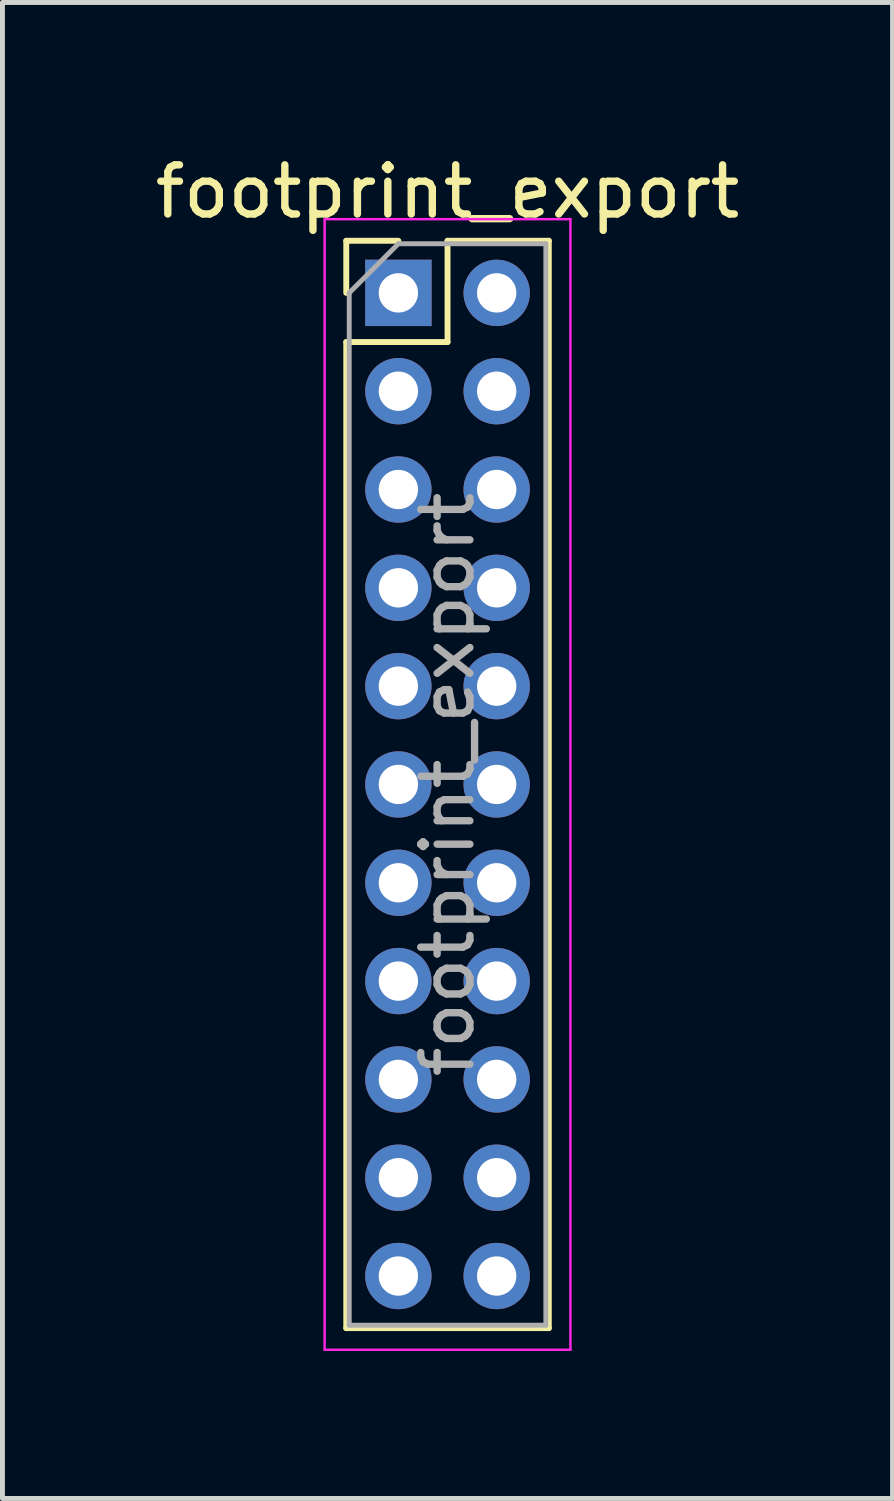
<source format=kicad_pcb>
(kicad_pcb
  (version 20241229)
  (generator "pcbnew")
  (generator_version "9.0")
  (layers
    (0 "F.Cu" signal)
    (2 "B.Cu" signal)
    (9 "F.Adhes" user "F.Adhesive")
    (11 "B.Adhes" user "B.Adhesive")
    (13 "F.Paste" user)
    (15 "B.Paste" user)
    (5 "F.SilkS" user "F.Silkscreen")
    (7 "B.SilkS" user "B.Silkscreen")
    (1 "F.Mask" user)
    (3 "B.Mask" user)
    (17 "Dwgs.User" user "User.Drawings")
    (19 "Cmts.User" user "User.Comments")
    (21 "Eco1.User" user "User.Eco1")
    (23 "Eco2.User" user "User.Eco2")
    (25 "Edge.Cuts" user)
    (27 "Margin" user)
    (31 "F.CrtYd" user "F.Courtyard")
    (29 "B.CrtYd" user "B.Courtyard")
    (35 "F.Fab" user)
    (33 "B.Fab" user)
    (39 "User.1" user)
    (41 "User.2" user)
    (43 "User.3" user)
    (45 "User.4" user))
  (footprint "footprint_export"
    (layer "F.Cu")
    (at 5.054 2.908)
    (property "Reference" "footprint_export" (at 1 -2.06 0) (layer "F.SilkS") (effects (font (size 1 1) (thickness 0.15))))
    (attr through_hole)
    (fp_line (start -1.06 -1.06) (end 0 -1.06) (stroke (width 0.12) (type solid)) (layer "F.SilkS"))
    (fp_line (start -1.06 0) (end -1.06 -1.06) (stroke (width 0.12) (type solid)) (layer "F.SilkS"))
    (fp_line (start -1.06 1) (end -1.06 21.06) (stroke (width 0.12) (type solid)) (layer "F.SilkS"))
    (fp_line (start -1.06 1) (end 1 1) (stroke (width 0.12) (type solid)) (layer "F.SilkS"))
    (fp_line (start -1.06 21.06) (end 3.06 21.06) (stroke (width 0.12) (type solid)) (layer "F.SilkS"))
    (fp_line (start 1 -1.06) (end 3.06 -1.06) (stroke (width 0.12) (type solid)) (layer "F.SilkS"))
    (fp_line (start 1 1) (end 1 -1.06) (stroke (width 0.12) (type solid)) (layer "F.SilkS"))
    (fp_line (start 3.06 -1.06) (end 3.06 21.06) (stroke (width 0.12) (type solid)) (layer "F.SilkS"))
    (fp_line (start -1.5 -1.5) (end -1.5 21.5) (stroke (width 0.05) (type solid)) (layer "F.CrtYd"))
    (fp_line (start -1.5 21.5) (end 3.5 21.5) (stroke (width 0.05) (type solid)) (layer "F.CrtYd"))
    (fp_line (start 3.5 -1.5) (end -1.5 -1.5) (stroke (width 0.05) (type solid)) (layer "F.CrtYd"))
    (fp_line (start 3.5 21.5) (end 3.5 -1.5) (stroke (width 0.05) (type solid)) (layer "F.CrtYd"))
    (fp_line (start -1 0) (end 0 -1) (stroke (width 0.1) (type solid)) (layer "F.Fab"))
    (fp_line (start -1 21) (end -1 0) (stroke (width 0.1) (type solid)) (layer "F.Fab"))
    (fp_line (start 0 -1) (end 3 -1) (stroke (width 0.1) (type solid)) (layer "F.Fab"))
    (fp_line (start 3 -1) (end 3 21) (stroke (width 0.1) (type solid)) (layer "F.Fab"))
    (fp_line (start 3 21) (end -1 21) (stroke (width 0.1) (type solid)) (layer "F.Fab"))
    (fp_text user "${REFERENCE}" (at 1 10 90) (layer "F.Fab") (effects (font (size 1 1) (thickness 0.15))))
    (pad "1" thru_hole rect (at 0 0) (size 1.35 1.35) (drill 0.8) (layers "*.Cu" "*.Mask"))
    (pad "2" thru_hole oval (at 2 0) (size 1.35 1.35) (drill 0.8) (layers "*.Cu" "*.Mask"))
    (pad "3" thru_hole oval (at 0 2) (size 1.35 1.35) (drill 0.8) (layers "*.Cu" "*.Mask"))
    (pad "4" thru_hole oval (at 2 2) (size 1.35 1.35) (drill 0.8) (layers "*.Cu" "*.Mask"))
    (pad "5" thru_hole oval (at 0 4) (size 1.35 1.35) (drill 0.8) (layers "*.Cu" "*.Mask"))
    (pad "6" thru_hole oval (at 2 4) (size 1.35 1.35) (drill 0.8) (layers "*.Cu" "*.Mask"))
    (pad "7" thru_hole oval (at 0 6) (size 1.35 1.35) (drill 0.8) (layers "*.Cu" "*.Mask"))
    (pad "8" thru_hole oval (at 2 6) (size 1.35 1.35) (drill 0.8) (layers "*.Cu" "*.Mask"))
    (pad "9" thru_hole oval (at 0 8) (size 1.35 1.35) (drill 0.8) (layers "*.Cu" "*.Mask"))
    (pad "10" thru_hole oval (at 2 8) (size 1.35 1.35) (drill 0.8) (layers "*.Cu" "*.Mask"))
    (pad "11" thru_hole oval (at 0 10) (size 1.35 1.35) (drill 0.8) (layers "*.Cu" "*.Mask"))
    (pad "12" thru_hole oval (at 2 10) (size 1.35 1.35) (drill 0.8) (layers "*.Cu" "*.Mask"))
    (pad "13" thru_hole oval (at 0 12) (size 1.35 1.35) (drill 0.8) (layers "*.Cu" "*.Mask"))
    (pad "14" thru_hole oval (at 2 12) (size 1.35 1.35) (drill 0.8) (layers "*.Cu" "*.Mask"))
    (pad "15" thru_hole oval (at 0 14) (size 1.35 1.35) (drill 0.8) (layers "*.Cu" "*.Mask"))
    (pad "16" thru_hole oval (at 2 14) (size 1.35 1.35) (drill 0.8) (layers "*.Cu" "*.Mask"))
    (pad "17" thru_hole oval (at 0 16) (size 1.35 1.35) (drill 0.8) (layers "*.Cu" "*.Mask"))
    (pad "18" thru_hole oval (at 2 16) (size 1.35 1.35) (drill 0.8) (layers "*.Cu" "*.Mask"))
    (pad "19" thru_hole oval (at 0 18) (size 1.35 1.35) (drill 0.8) (layers "*.Cu" "*.Mask"))
    (pad "20" thru_hole oval (at 2 18) (size 1.35 1.35) (drill 0.8) (layers "*.Cu" "*.Mask"))
    (pad "21" thru_hole oval (at 0 20) (size 1.35 1.35) (drill 0.8) (layers "*.Cu" "*.Mask"))
    (pad "22" thru_hole oval (at 2 20) (size 1.35 1.35) (drill 0.8) (layers "*.Cu" "*.Mask")))
  (gr_rect
    (start -3 -3)
    (end 15.107 27.433)
    (stroke (width 0.1) (type default))
    (fill no)
    (layer "Edge.Cuts")))
</source>
